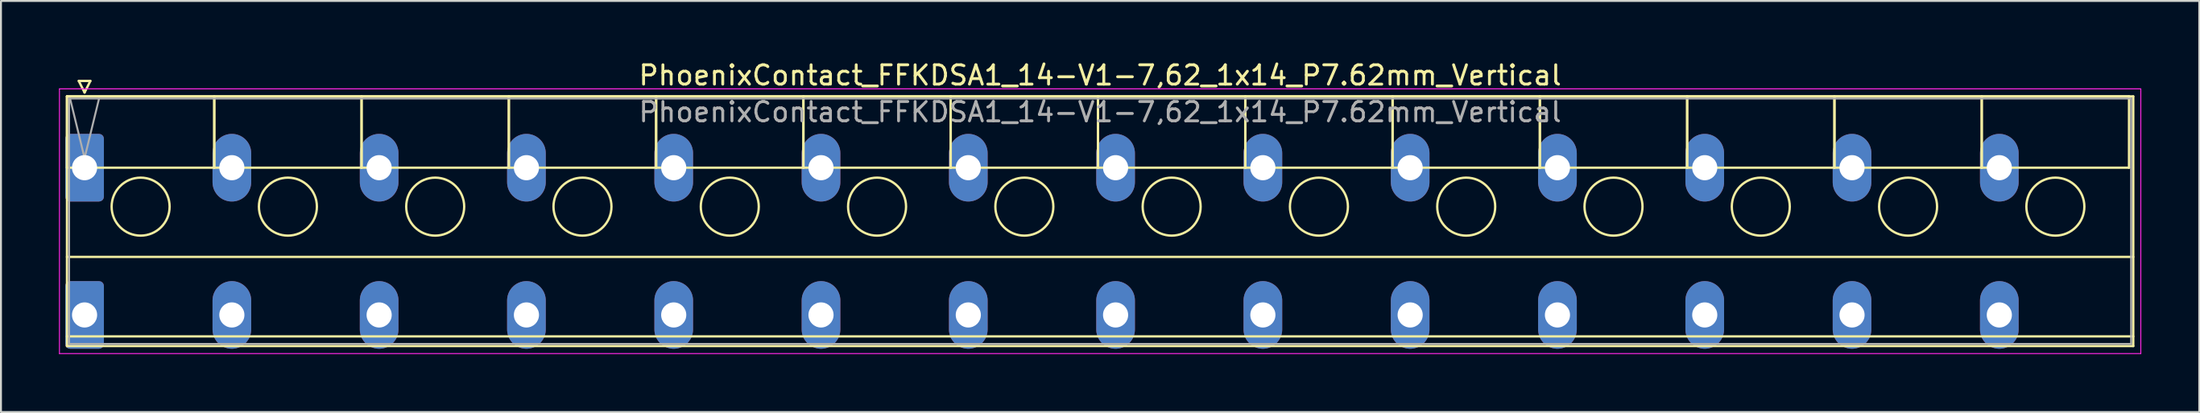
<source format=kicad_pcb>
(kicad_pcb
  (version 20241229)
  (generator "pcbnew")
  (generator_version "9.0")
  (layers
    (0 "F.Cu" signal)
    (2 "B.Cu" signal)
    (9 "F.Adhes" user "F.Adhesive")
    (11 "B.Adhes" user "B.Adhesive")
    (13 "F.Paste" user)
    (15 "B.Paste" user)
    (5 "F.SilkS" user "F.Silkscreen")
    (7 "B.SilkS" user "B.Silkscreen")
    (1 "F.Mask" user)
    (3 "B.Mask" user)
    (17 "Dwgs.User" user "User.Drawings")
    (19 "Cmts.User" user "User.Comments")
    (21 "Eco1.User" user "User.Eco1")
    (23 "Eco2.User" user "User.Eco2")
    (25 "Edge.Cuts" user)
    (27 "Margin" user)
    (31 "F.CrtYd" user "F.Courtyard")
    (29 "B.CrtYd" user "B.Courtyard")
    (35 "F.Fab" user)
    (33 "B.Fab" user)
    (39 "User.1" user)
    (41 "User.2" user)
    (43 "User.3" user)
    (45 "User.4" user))
  (footprint "PhoenixContact_FFKDSA1_14-V1-7,62_1x14_P7.62mm_Vertical"
    (layer "F.Cu")
    (at 1.325 5.628)
    (property "Reference" "PhoenixContact_FFKDSA1_14-V1-7,62_1x14_P7.62mm_Vertical" (at 52.54 -4.78 0) (layer "F.SilkS") (effects (font (size 1 1) (thickness 0.15))))
    (attr through_hole)
    (fp_line (start -0.91 -3.69) (end -0.91 0) (stroke (width 0.12) (type solid)) (layer "F.SilkS"))
    (fp_line (start -0.91 -3.69) (end -0.91 9.23) (stroke (width 0.12) (type solid)) (layer "F.SilkS"))
    (fp_line (start -0.91 0) (end 6.71 0) (stroke (width 0.12) (type solid)) (layer "F.SilkS"))
    (fp_line (start -0.91 4.615) (end 105.99 4.615) (stroke (width 0.12) (type solid)) (layer "F.SilkS"))
    (fp_line (start -0.91 8.73) (end 105.99 8.73) (stroke (width 0.12) (type solid)) (layer "F.SilkS"))
    (fp_line (start -0.91 9.23) (end 105.99 9.23) (stroke (width 0.12) (type solid)) (layer "F.SilkS"))
    (fp_line (start -0.3 -4.49) (end 0.3 -4.49) (stroke (width 0.12) (type solid)) (layer "F.SilkS"))
    (fp_line (start 0 -3.89) (end -0.3 -4.49) (stroke (width 0.12) (type solid)) (layer "F.SilkS"))
    (fp_line (start 0.3 -4.49) (end 0 -3.89) (stroke (width 0.12) (type solid)) (layer "F.SilkS"))
    (fp_line (start 6.71 -3.69) (end -0.91 -3.69) (stroke (width 0.12) (type solid)) (layer "F.SilkS"))
    (fp_line (start 6.71 -3.69) (end 6.71 0) (stroke (width 0.12) (type solid)) (layer "F.SilkS"))
    (fp_line (start 6.71 0) (end 6.71 -3.69) (stroke (width 0.12) (type solid)) (layer "F.SilkS"))
    (fp_line (start 6.71 0) (end 14.33 0) (stroke (width 0.12) (type solid)) (layer "F.SilkS"))
    (fp_line (start 14.33 -3.69) (end 6.71 -3.69) (stroke (width 0.12) (type solid)) (layer "F.SilkS"))
    (fp_line (start 14.33 -3.69) (end 14.33 0) (stroke (width 0.12) (type solid)) (layer "F.SilkS"))
    (fp_line (start 14.33 0) (end 14.33 -3.69) (stroke (width 0.12) (type solid)) (layer "F.SilkS"))
    (fp_line (start 14.33 0) (end 21.95 0) (stroke (width 0.12) (type solid)) (layer "F.SilkS"))
    (fp_line (start 21.95 -3.69) (end 14.33 -3.69) (stroke (width 0.12) (type solid)) (layer "F.SilkS"))
    (fp_line (start 21.95 -3.69) (end 21.95 0) (stroke (width 0.12) (type solid)) (layer "F.SilkS"))
    (fp_line (start 21.95 0) (end 21.95 -3.69) (stroke (width 0.12) (type solid)) (layer "F.SilkS"))
    (fp_line (start 21.95 0) (end 29.57 0) (stroke (width 0.12) (type solid)) (layer "F.SilkS"))
    (fp_line (start 29.57 -3.69) (end 21.95 -3.69) (stroke (width 0.12) (type solid)) (layer "F.SilkS"))
    (fp_line (start 29.57 -3.69) (end 29.57 0) (stroke (width 0.12) (type solid)) (layer "F.SilkS"))
    (fp_line (start 29.57 0) (end 29.57 -3.69) (stroke (width 0.12) (type solid)) (layer "F.SilkS"))
    (fp_line (start 29.57 0) (end 37.19 0) (stroke (width 0.12) (type solid)) (layer "F.SilkS"))
    (fp_line (start 37.19 -3.69) (end 29.57 -3.69) (stroke (width 0.12) (type solid)) (layer "F.SilkS"))
    (fp_line (start 37.19 -3.69) (end 37.19 0) (stroke (width 0.12) (type solid)) (layer "F.SilkS"))
    (fp_line (start 37.19 0) (end 37.19 -3.69) (stroke (width 0.12) (type solid)) (layer "F.SilkS"))
    (fp_line (start 37.19 0) (end 44.81 0) (stroke (width 0.12) (type solid)) (layer "F.SilkS"))
    (fp_line (start 44.81 -3.69) (end 37.19 -3.69) (stroke (width 0.12) (type solid)) (layer "F.SilkS"))
    (fp_line (start 44.81 -3.69) (end 44.81 0) (stroke (width 0.12) (type solid)) (layer "F.SilkS"))
    (fp_line (start 44.81 0) (end 44.81 -3.69) (stroke (width 0.12) (type solid)) (layer "F.SilkS"))
    (fp_line (start 44.81 0) (end 52.43 0) (stroke (width 0.12) (type solid)) (layer "F.SilkS"))
    (fp_line (start 52.43 -3.69) (end 44.81 -3.69) (stroke (width 0.12) (type solid)) (layer "F.SilkS"))
    (fp_line (start 52.43 -3.69) (end 52.43 0) (stroke (width 0.12) (type solid)) (layer "F.SilkS"))
    (fp_line (start 52.43 0) (end 52.43 -3.69) (stroke (width 0.12) (type solid)) (layer "F.SilkS"))
    (fp_line (start 52.43 0) (end 60.05 0) (stroke (width 0.12) (type solid)) (layer "F.SilkS"))
    (fp_line (start 60.05 -3.69) (end 52.43 -3.69) (stroke (width 0.12) (type solid)) (layer "F.SilkS"))
    (fp_line (start 60.05 -3.69) (end 60.05 0) (stroke (width 0.12) (type solid)) (layer "F.SilkS"))
    (fp_line (start 60.05 0) (end 60.05 -3.69) (stroke (width 0.12) (type solid)) (layer "F.SilkS"))
    (fp_line (start 60.05 0) (end 67.67 0) (stroke (width 0.12) (type solid)) (layer "F.SilkS"))
    (fp_line (start 67.67 -3.69) (end 60.05 -3.69) (stroke (width 0.12) (type solid)) (layer "F.SilkS"))
    (fp_line (start 67.67 -3.69) (end 67.67 0) (stroke (width 0.12) (type solid)) (layer "F.SilkS"))
    (fp_line (start 67.67 0) (end 67.67 -3.69) (stroke (width 0.12) (type solid)) (layer "F.SilkS"))
    (fp_line (start 67.67 0) (end 75.29 0) (stroke (width 0.12) (type solid)) (layer "F.SilkS"))
    (fp_line (start 75.29 -3.69) (end 67.67 -3.69) (stroke (width 0.12) (type solid)) (layer "F.SilkS"))
    (fp_line (start 75.29 -3.69) (end 75.29 0) (stroke (width 0.12) (type solid)) (layer "F.SilkS"))
    (fp_line (start 75.29 0) (end 75.29 -3.69) (stroke (width 0.12) (type solid)) (layer "F.SilkS"))
    (fp_line (start 75.29 0) (end 82.91 0) (stroke (width 0.12) (type solid)) (layer "F.SilkS"))
    (fp_line (start 82.91 -3.69) (end 75.29 -3.69) (stroke (width 0.12) (type solid)) (layer "F.SilkS"))
    (fp_line (start 82.91 -3.69) (end 82.91 0) (stroke (width 0.12) (type solid)) (layer "F.SilkS"))
    (fp_line (start 82.91 0) (end 82.91 -3.69) (stroke (width 0.12) (type solid)) (layer "F.SilkS"))
    (fp_line (start 82.91 0) (end 90.53 0) (stroke (width 0.12) (type solid)) (layer "F.SilkS"))
    (fp_line (start 90.53 -3.69) (end 82.91 -3.69) (stroke (width 0.12) (type solid)) (layer "F.SilkS"))
    (fp_line (start 90.53 -3.69) (end 90.53 0) (stroke (width 0.12) (type solid)) (layer "F.SilkS"))
    (fp_line (start 90.53 0) (end 90.53 -3.69) (stroke (width 0.12) (type solid)) (layer "F.SilkS"))
    (fp_line (start 90.53 0) (end 98.15 0) (stroke (width 0.12) (type solid)) (layer "F.SilkS"))
    (fp_line (start 98.15 -3.69) (end 90.53 -3.69) (stroke (width 0.12) (type solid)) (layer "F.SilkS"))
    (fp_line (start 98.15 -3.69) (end 98.15 0) (stroke (width 0.12) (type solid)) (layer "F.SilkS"))
    (fp_line (start 98.15 0) (end 98.15 -3.69) (stroke (width 0.12) (type solid)) (layer "F.SilkS"))
    (fp_line (start 98.15 0) (end 105.77 0) (stroke (width 0.12) (type solid)) (layer "F.SilkS"))
    (fp_line (start 105.77 -3.69) (end 98.15 -3.69) (stroke (width 0.12) (type solid)) (layer "F.SilkS"))
    (fp_line (start 105.77 0) (end 105.77 -3.69) (stroke (width 0.12) (type solid)) (layer "F.SilkS"))
    (fp_line (start 105.99 -3.69) (end -0.91 -3.69) (stroke (width 0.12) (type solid)) (layer "F.SilkS"))
    (fp_line (start 105.99 9.23) (end 105.99 -3.69) (stroke (width 0.12) (type solid)) (layer "F.SilkS"))
    (fp_circle (center 2.9 2.015) (end 4.4 2.015) (stroke (width 0.12) (type solid)) (fill no) (layer "F.SilkS"))
    (fp_circle (center 10.52 2.015) (end 12.02 2.015) (stroke (width 0.12) (type solid)) (fill no) (layer "F.SilkS"))
    (fp_circle (center 18.14 2.015) (end 19.64 2.015) (stroke (width 0.12) (type solid)) (fill no) (layer "F.SilkS"))
    (fp_circle (center 25.76 2.015) (end 27.26 2.015) (stroke (width 0.12) (type solid)) (fill no) (layer "F.SilkS"))
    (fp_circle (center 33.38 2.015) (end 34.88 2.015) (stroke (width 0.12) (type solid)) (fill no) (layer "F.SilkS"))
    (fp_circle (center 41 2.015) (end 42.5 2.015) (stroke (width 0.12) (type solid)) (fill no) (layer "F.SilkS"))
    (fp_circle (center 48.62 2.015) (end 50.12 2.015) (stroke (width 0.12) (type solid)) (fill no) (layer "F.SilkS"))
    (fp_circle (center 56.24 2.015) (end 57.74 2.015) (stroke (width 0.12) (type solid)) (fill no) (layer "F.SilkS"))
    (fp_circle (center 63.86 2.015) (end 65.36 2.015) (stroke (width 0.12) (type solid)) (fill no) (layer "F.SilkS"))
    (fp_circle (center 71.48 2.015) (end 72.98 2.015) (stroke (width 0.12) (type solid)) (fill no) (layer "F.SilkS"))
    (fp_circle (center 79.1 2.015) (end 80.6 2.015) (stroke (width 0.12) (type solid)) (fill no) (layer "F.SilkS"))
    (fp_circle (center 86.72 2.015) (end 88.22 2.015) (stroke (width 0.12) (type solid)) (fill no) (layer "F.SilkS"))
    (fp_circle (center 94.34 2.015) (end 95.84 2.015) (stroke (width 0.12) (type solid)) (fill no) (layer "F.SilkS"))
    (fp_circle (center 101.96 2.015) (end 103.46 2.015) (stroke (width 0.12) (type solid)) (fill no) (layer "F.SilkS"))
    (fp_line (start -1.3 -4.08) (end -1.3 9.62) (stroke (width 0.05) (type solid)) (layer "F.CrtYd"))
    (fp_line (start -1.3 9.62) (end 106.38 9.62) (stroke (width 0.05) (type solid)) (layer "F.CrtYd"))
    (fp_line (start 106.38 -4.08) (end -1.3 -4.08) (stroke (width 0.05) (type solid)) (layer "F.CrtYd"))
    (fp_line (start 106.38 9.62) (end 106.38 -4.08) (stroke (width 0.05) (type solid)) (layer "F.CrtYd"))
    (fp_line (start -0.8 -3.58) (end -0.8 9.12) (stroke (width 0.1) (type solid)) (layer "F.Fab"))
    (fp_line (start -0.8 9.12) (end 105.88 9.12) (stroke (width 0.1) (type solid)) (layer "F.Fab"))
    (fp_line (start 0 -0.5) (end -0.75 -3.58) (stroke (width 0.1) (type solid)) (layer "F.Fab"))
    (fp_line (start 0.75 -3.58) (end 0 -0.5) (stroke (width 0.1) (type solid)) (layer "F.Fab"))
    (fp_line (start 105.88 -3.58) (end -0.8 -3.58) (stroke (width 0.1) (type solid)) (layer "F.Fab"))
    (fp_line (start 105.88 9.12) (end 105.88 -3.58) (stroke (width 0.1) (type solid)) (layer "F.Fab"))
    (fp_text user "${REFERENCE}" (at 52.54 -2.88 0) (layer "F.Fab") (effects (font (size 1 1) (thickness 0.15))))
    (pad "1" thru_hole roundrect (at 0 0) (size 2 3.5) (drill 1.3) (layers "*.Cu" "*.Mask") (roundrect_rratio 0.125))
    (pad "1" thru_hole roundrect (at 0 7.62) (size 2 3.5) (drill 1.3) (layers "*.Cu" "*.Mask") (roundrect_rratio 0.125))
    (pad "2" thru_hole oval (at 7.62 0) (size 2 3.5) (drill 1.3) (layers "*.Cu" "*.Mask"))
    (pad "2" thru_hole oval (at 7.62 7.62) (size 2 3.5) (drill 1.3) (layers "*.Cu" "*.Mask"))
    (pad "3" thru_hole oval (at 15.24 0) (size 2 3.5) (drill 1.3) (layers "*.Cu" "*.Mask"))
    (pad "3" thru_hole oval (at 15.24 7.62) (size 2 3.5) (drill 1.3) (layers "*.Cu" "*.Mask"))
    (pad "4" thru_hole oval (at 22.86 0) (size 2 3.5) (drill 1.3) (layers "*.Cu" "*.Mask"))
    (pad "4" thru_hole oval (at 22.86 7.62) (size 2 3.5) (drill 1.3) (layers "*.Cu" "*.Mask"))
    (pad "5" thru_hole oval (at 30.48 0) (size 2 3.5) (drill 1.3) (layers "*.Cu" "*.Mask"))
    (pad "5" thru_hole oval (at 30.48 7.62) (size 2 3.5) (drill 1.3) (layers "*.Cu" "*.Mask"))
    (pad "6" thru_hole oval (at 38.1 0) (size 2 3.5) (drill 1.3) (layers "*.Cu" "*.Mask"))
    (pad "6" thru_hole oval (at 38.1 7.62) (size 2 3.5) (drill 1.3) (layers "*.Cu" "*.Mask"))
    (pad "7" thru_hole oval (at 45.72 0) (size 2 3.5) (drill 1.3) (layers "*.Cu" "*.Mask"))
    (pad "7" thru_hole oval (at 45.72 7.62) (size 2 3.5) (drill 1.3) (layers "*.Cu" "*.Mask"))
    (pad "8" thru_hole oval (at 53.34 0) (size 2 3.5) (drill 1.3) (layers "*.Cu" "*.Mask"))
    (pad "8" thru_hole oval (at 53.34 7.62) (size 2 3.5) (drill 1.3) (layers "*.Cu" "*.Mask"))
    (pad "9" thru_hole oval (at 60.96 0) (size 2 3.5) (drill 1.3) (layers "*.Cu" "*.Mask"))
    (pad "9" thru_hole oval (at 60.96 7.62) (size 2 3.5) (drill 1.3) (layers "*.Cu" "*.Mask"))
    (pad "10" thru_hole oval (at 68.58 0) (size 2 3.5) (drill 1.3) (layers "*.Cu" "*.Mask"))
    (pad "10" thru_hole oval (at 68.58 7.62) (size 2 3.5) (drill 1.3) (layers "*.Cu" "*.Mask"))
    (pad "11" thru_hole oval (at 76.2 0) (size 2 3.5) (drill 1.3) (layers "*.Cu" "*.Mask"))
    (pad "11" thru_hole oval (at 76.2 7.62) (size 2 3.5) (drill 1.3) (layers "*.Cu" "*.Mask"))
    (pad "12" thru_hole oval (at 83.82 0) (size 2 3.5) (drill 1.3) (layers "*.Cu" "*.Mask"))
    (pad "12" thru_hole oval (at 83.82 7.62) (size 2 3.5) (drill 1.3) (layers "*.Cu" "*.Mask"))
    (pad "13" thru_hole oval (at 91.44 0) (size 2 3.5) (drill 1.3) (layers "*.Cu" "*.Mask"))
    (pad "13" thru_hole oval (at 91.44 7.62) (size 2 3.5) (drill 1.3) (layers "*.Cu" "*.Mask"))
    (pad "14" thru_hole oval (at 99.06 0) (size 2 3.5) (drill 1.3) (layers "*.Cu" "*.Mask"))
    (pad "14" thru_hole oval (at 99.06 7.62) (size 2 3.5) (drill 1.3) (layers "*.Cu" "*.Mask")))
  (gr_rect
    (start -3 -3)
    (end 110.73 18.273)
    (stroke (width 0.1) (type default))
    (fill no)
    (layer "Edge.Cuts")))
</source>
